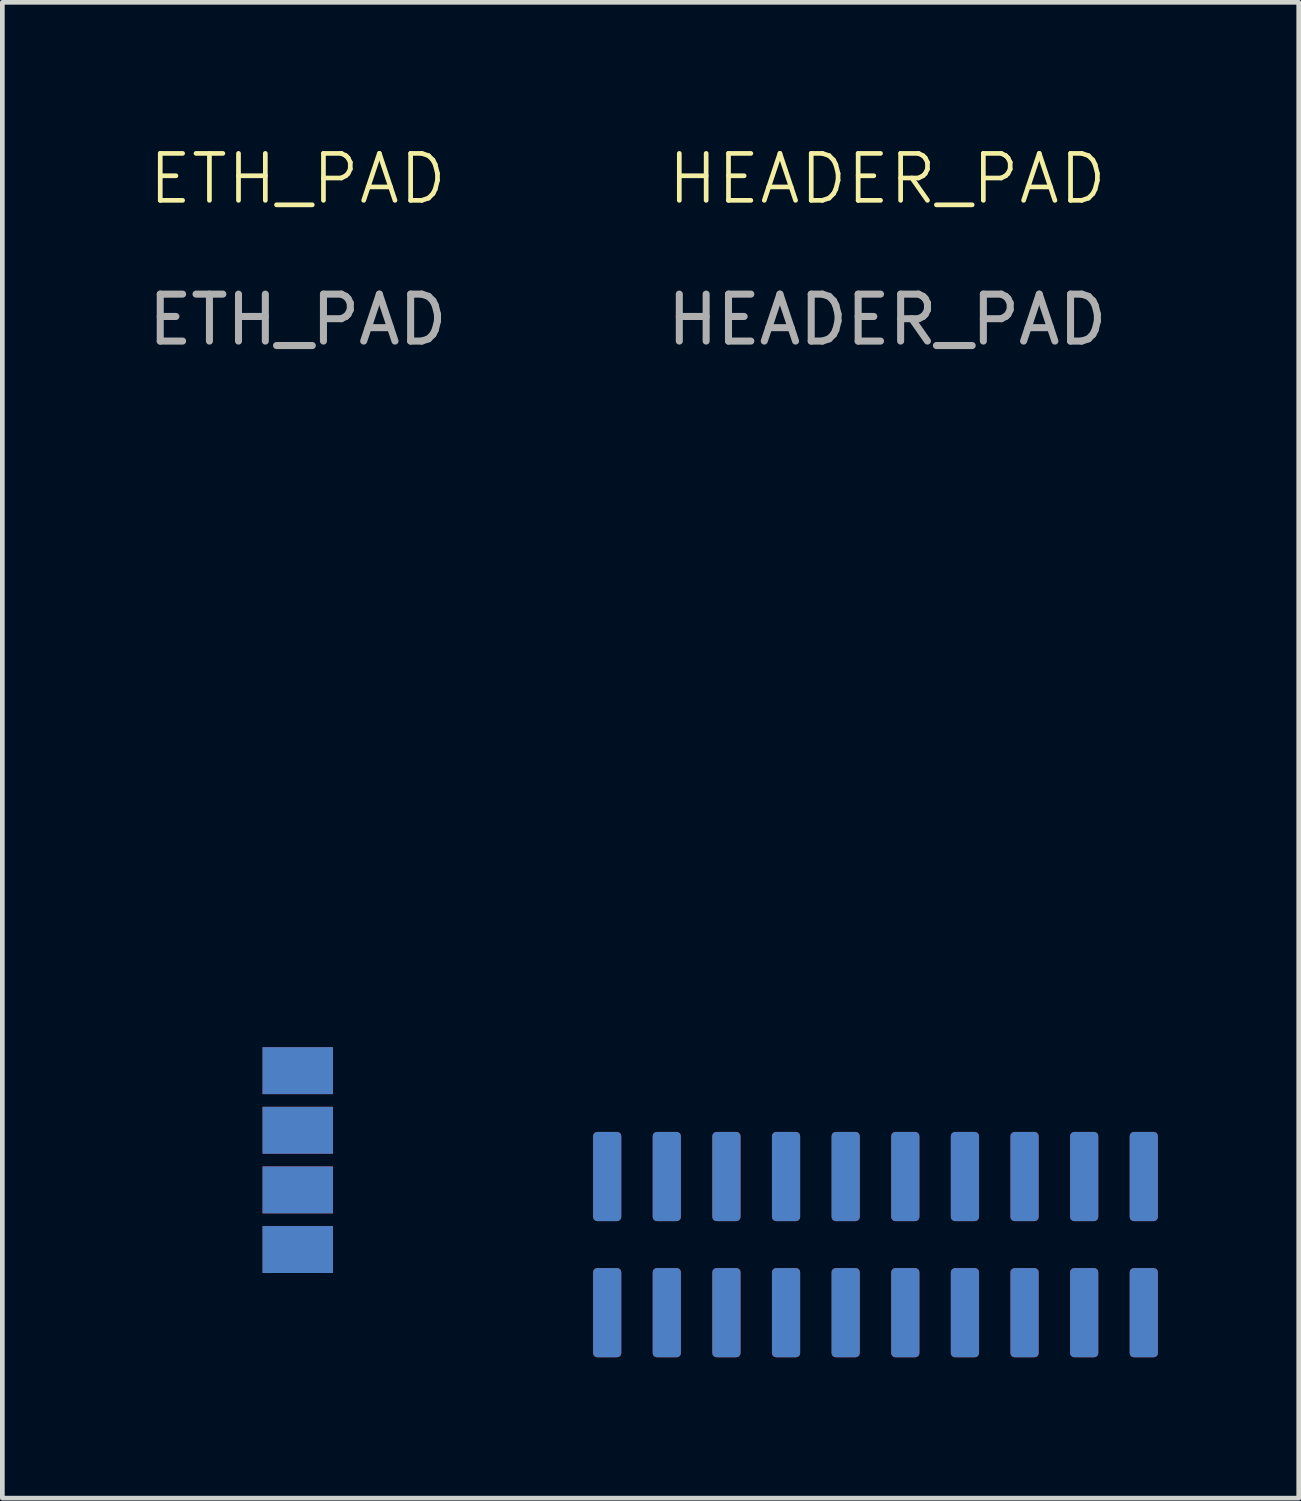
<source format=kicad_pcb>
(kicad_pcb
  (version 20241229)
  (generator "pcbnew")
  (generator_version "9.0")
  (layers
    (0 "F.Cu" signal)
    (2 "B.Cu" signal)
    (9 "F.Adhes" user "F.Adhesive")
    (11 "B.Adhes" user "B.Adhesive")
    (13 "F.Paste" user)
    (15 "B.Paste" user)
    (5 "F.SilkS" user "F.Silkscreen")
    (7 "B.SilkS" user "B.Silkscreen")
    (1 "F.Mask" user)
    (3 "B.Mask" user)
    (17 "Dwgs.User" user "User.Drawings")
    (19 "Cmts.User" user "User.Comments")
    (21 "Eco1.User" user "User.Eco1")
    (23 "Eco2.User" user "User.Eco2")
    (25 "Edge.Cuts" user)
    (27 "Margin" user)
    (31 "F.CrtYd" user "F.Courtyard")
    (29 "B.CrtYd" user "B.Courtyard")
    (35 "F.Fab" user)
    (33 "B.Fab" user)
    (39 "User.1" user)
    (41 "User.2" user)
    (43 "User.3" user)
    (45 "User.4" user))
  (footprint "HEADER_PAD"
    (layer "F.Cu")
    (at 15.598 23.46)
    (property "Reference" "HEADER_PAD" (at 0.25 -22.7 0) (unlocked yes) (layer "F.SilkS") (effects (font (size 1 1) (thickness 0.1))))
    (attr smd)
    (fp_rect (start -5.99 -2.35) (end -5.44 -0.55) (stroke (width 0.01) (type solid)) (fill yes) (layer "F.Mask"))
    (fp_rect (start -5.99 0.55) (end -5.44 2.35) (stroke (width 0.01) (type solid)) (fill yes) (layer "F.Mask"))
    (fp_rect (start -4.72 -2.35) (end -4.17 -0.55) (stroke (width 0.01) (type solid)) (fill yes) (layer "F.Mask"))
    (fp_rect (start -4.72 0.55) (end -4.17 2.35) (stroke (width 0.01) (type solid)) (fill yes) (layer "F.Mask"))
    (fp_rect (start -3.45 -2.35) (end -2.9 -0.55) (stroke (width 0.01) (type solid)) (fill yes) (layer "F.Mask"))
    (fp_rect (start -3.45 0.55) (end -2.9 2.35) (stroke (width 0.01) (type solid)) (fill yes) (layer "F.Mask"))
    (fp_rect (start -2.18 -2.35) (end -1.63 -0.55) (stroke (width 0.01) (type solid)) (fill yes) (layer "F.Mask"))
    (fp_rect (start -2.18 0.55) (end -1.63 2.35) (stroke (width 0.01) (type solid)) (fill yes) (layer "F.Mask"))
    (fp_rect (start -0.91 -2.35) (end -0.36 -0.55) (stroke (width 0.01) (type solid)) (fill yes) (layer "F.Mask"))
    (fp_rect (start -0.91 0.55) (end -0.36 2.35) (stroke (width 0.01) (type solid)) (fill yes) (layer "F.Mask"))
    (fp_rect (start 0.36 -2.35) (end 0.91 -0.55) (stroke (width 0.01) (type solid)) (fill yes) (layer "F.Mask"))
    (fp_rect (start 0.36 0.55) (end 0.91 2.35) (stroke (width 0.01) (type solid)) (fill yes) (layer "F.Mask"))
    (fp_rect (start 1.63 -2.35) (end 2.18 -0.55) (stroke (width 0.01) (type solid)) (fill yes) (layer "F.Mask"))
    (fp_rect (start 1.63 0.55) (end 2.18 2.35) (stroke (width 0.01) (type solid)) (fill yes) (layer "F.Mask"))
    (fp_rect (start 2.9 -2.35) (end 3.45 -0.55) (stroke (width 0.01) (type solid)) (fill yes) (layer "F.Mask"))
    (fp_rect (start 2.9 0.55) (end 3.45 2.35) (stroke (width 0.01) (type solid)) (fill yes) (layer "F.Mask"))
    (fp_rect (start 4.17 -2.35) (end 4.72 -0.55) (stroke (width 0.01) (type solid)) (fill yes) (layer "F.Mask"))
    (fp_rect (start 4.17 0.55) (end 4.72 2.35) (stroke (width 0.01) (type solid)) (fill yes) (layer "F.Mask"))
    (fp_rect (start 5.44 -2.35) (end 5.99 -0.55) (stroke (width 0.01) (type solid)) (fill yes) (layer "F.Mask"))
    (fp_rect (start 5.44 0.55) (end 5.99 2.35) (stroke (width 0.01) (type solid)) (fill yes) (layer "F.Mask"))
    (fp_rect (start -5.99 -2.35) (end -5.44 -0.55) (stroke (width 0.01) (type solid)) (fill yes) (layer "B.Mask"))
    (fp_rect (start -5.99 0.55) (end -5.44 2.35) (stroke (width 0.01) (type solid)) (fill yes) (layer "B.Mask"))
    (fp_rect (start -4.72 -2.35) (end -4.17 -0.55) (stroke (width 0.01) (type solid)) (fill yes) (layer "B.Mask"))
    (fp_rect (start -4.72 0.55) (end -4.17 2.35) (stroke (width 0.01) (type solid)) (fill yes) (layer "B.Mask"))
    (fp_rect (start -3.45 -2.35) (end -2.9 -0.55) (stroke (width 0.01) (type solid)) (fill yes) (layer "B.Mask"))
    (fp_rect (start -3.45 0.55) (end -2.9 2.35) (stroke (width 0.01) (type solid)) (fill yes) (layer "B.Mask"))
    (fp_rect (start -2.18 -2.35) (end -1.63 -0.55) (stroke (width 0.01) (type solid)) (fill yes) (layer "B.Mask"))
    (fp_rect (start -2.18 0.55) (end -1.63 2.35) (stroke (width 0.01) (type solid)) (fill yes) (layer "B.Mask"))
    (fp_rect (start -0.91 -2.35) (end -0.36 -0.55) (stroke (width 0.01) (type solid)) (fill yes) (layer "B.Mask"))
    (fp_rect (start -0.91 0.55) (end -0.36 2.35) (stroke (width 0.01) (type solid)) (fill yes) (layer "B.Mask"))
    (fp_rect (start 0.36 -2.35) (end 0.91 -0.55) (stroke (width 0.01) (type solid)) (fill yes) (layer "B.Mask"))
    (fp_rect (start 0.36 0.55) (end 0.91 2.35) (stroke (width 0.01) (type solid)) (fill yes) (layer "B.Mask"))
    (fp_rect (start 1.63 -2.35) (end 2.18 -0.55) (stroke (width 0.01) (type solid)) (fill yes) (layer "B.Mask"))
    (fp_rect (start 1.63 0.55) (end 2.18 2.35) (stroke (width 0.01) (type solid)) (fill yes) (layer "B.Mask"))
    (fp_rect (start 2.9 -2.35) (end 3.45 -0.55) (stroke (width 0.01) (type solid)) (fill yes) (layer "B.Mask"))
    (fp_rect (start 2.9 0.55) (end 3.45 2.35) (stroke (width 0.01) (type solid)) (fill yes) (layer "B.Mask"))
    (fp_rect (start 4.17 -2.35) (end 4.72 -0.55) (stroke (width 0.01) (type solid)) (fill yes) (layer "B.Mask"))
    (fp_rect (start 4.17 0.55) (end 4.72 2.35) (stroke (width 0.01) (type solid)) (fill yes) (layer "B.Mask"))
    (fp_rect (start 5.44 -2.35) (end 5.99 -0.55) (stroke (width 0.01) (type solid)) (fill yes) (layer "B.Mask"))
    (fp_rect (start 5.44 0.55) (end 5.99 2.35) (stroke (width 0.01) (type solid)) (fill yes) (layer "B.Mask"))
    (fp_text user "${REFERENCE}" (at 0.25 -19.7 0) (unlocked yes) (layer "F.Fab") (effects (font (size 1 1) (thickness 0.15))))
    (pad "1" smd roundrect (at -5.715 1.45) (size 0.6 1.9) (layers "F.Cu" "F.Paste") (roundrect_rratio 0.15))
    (pad "1" smd roundrect (at -5.715 1.45) (size 0.6 1.9) (layers "B.Cu" "B.Paste") (roundrect_rratio 0.15))
    (pad "2" smd roundrect (at -5.715 -1.45) (size 0.6 1.9) (layers "F.Cu" "F.Paste") (roundrect_rratio 0.15))
    (pad "2" smd roundrect (at -5.715 -1.45) (size 0.6 1.9) (layers "B.Cu" "B.Paste") (roundrect_rratio 0.15))
    (pad "3" smd roundrect (at -4.445 1.45) (size 0.6 1.9) (layers "F.Cu" "F.Paste") (roundrect_rratio 0.15))
    (pad "3" smd roundrect (at -4.445 1.45) (size 0.6 1.9) (layers "B.Cu" "B.Paste") (roundrect_rratio 0.15))
    (pad "4" smd roundrect (at -4.445 -1.45) (size 0.6 1.9) (layers "F.Cu" "F.Paste") (roundrect_rratio 0.15))
    (pad "4" smd roundrect (at -4.445 -1.45) (size 0.6 1.9) (layers "B.Cu" "B.Paste") (roundrect_rratio 0.15))
    (pad "5" smd roundrect (at -3.175 1.45) (size 0.6 1.9) (layers "F.Cu" "F.Paste") (roundrect_rratio 0.15))
    (pad "5" smd roundrect (at -3.175 1.45) (size 0.6 1.9) (layers "B.Cu" "B.Paste") (roundrect_rratio 0.15))
    (pad "6" smd roundrect (at -3.175 -1.45) (size 0.6 1.9) (layers "F.Cu" "F.Paste") (roundrect_rratio 0.15))
    (pad "6" smd roundrect (at -3.175 -1.45) (size 0.6 1.9) (layers "B.Cu" "B.Paste") (roundrect_rratio 0.15))
    (pad "7" smd roundrect (at -1.905 1.45) (size 0.6 1.9) (layers "F.Cu" "F.Paste") (roundrect_rratio 0.15))
    (pad "7" smd roundrect (at -1.905 1.45) (size 0.6 1.9) (layers "B.Cu" "B.Paste") (roundrect_rratio 0.15))
    (pad "8" smd roundrect (at -1.905 -1.45) (size 0.6 1.9) (layers "F.Cu" "F.Paste") (roundrect_rratio 0.15))
    (pad "8" smd roundrect (at -1.905 -1.45) (size 0.6 1.9) (layers "B.Cu" "B.Paste") (roundrect_rratio 0.15))
    (pad "9" smd roundrect (at -0.635 1.45) (size 0.6 1.9) (layers "F.Cu" "F.Paste") (roundrect_rratio 0.15))
    (pad "9" smd roundrect (at -0.635 1.45) (size 0.6 1.9) (layers "B.Cu" "B.Paste") (roundrect_rratio 0.15))
    (pad "10" smd roundrect (at -0.635 -1.45) (size 0.6 1.9) (layers "F.Cu" "F.Paste") (roundrect_rratio 0.15))
    (pad "10" smd roundrect (at -0.635 -1.45) (size 0.6 1.9) (layers "B.Cu" "B.Paste") (roundrect_rratio 0.15))
    (pad "11" smd roundrect (at 0.635 1.45) (size 0.6 1.9) (layers "F.Cu" "F.Paste") (roundrect_rratio 0.15))
    (pad "11" smd roundrect (at 0.635 1.45) (size 0.6 1.9) (layers "B.Cu" "B.Paste") (roundrect_rratio 0.15))
    (pad "12" smd roundrect (at 0.635 -1.45) (size 0.6 1.9) (layers "F.Cu" "F.Paste") (roundrect_rratio 0.15))
    (pad "12" smd roundrect (at 0.635 -1.45) (size 0.6 1.9) (layers "B.Cu" "B.Paste") (roundrect_rratio 0.15))
    (pad "13" smd roundrect (at 1.905 1.45) (size 0.6 1.9) (layers "F.Cu" "F.Paste") (roundrect_rratio 0.15))
    (pad "13" smd roundrect (at 1.905 1.45) (size 0.6 1.9) (layers "B.Cu" "B.Paste") (roundrect_rratio 0.15))
    (pad "14" smd roundrect (at 1.905 -1.45) (size 0.6 1.9) (layers "F.Cu" "F.Paste") (roundrect_rratio 0.15))
    (pad "14" smd roundrect (at 1.905 -1.45) (size 0.6 1.9) (layers "B.Cu" "B.Paste") (roundrect_rratio 0.15))
    (pad "15" smd roundrect (at 3.175 1.45) (size 0.6 1.9) (layers "F.Cu" "F.Paste") (roundrect_rratio 0.15))
    (pad "15" smd roundrect (at 3.175 1.45) (size 0.6 1.9) (layers "B.Cu" "B.Paste") (roundrect_rratio 0.15))
    (pad "16" smd roundrect (at 3.175 -1.45) (size 0.6 1.9) (layers "F.Cu" "F.Paste") (roundrect_rratio 0.15))
    (pad "16" smd roundrect (at 3.175 -1.45) (size 0.6 1.9) (layers "B.Cu" "B.Paste") (roundrect_rratio 0.15))
    (pad "17" smd roundrect (at 4.445 1.45) (size 0.6 1.9) (layers "F.Cu" "F.Paste") (roundrect_rratio 0.15))
    (pad "17" smd roundrect (at 4.445 1.45) (size 0.6 1.9) (layers "B.Cu" "B.Paste") (roundrect_rratio 0.15))
    (pad "18" smd roundrect (at 4.445 -1.45) (size 0.6 1.9) (layers "F.Cu" "F.Paste") (roundrect_rratio 0.15))
    (pad "18" smd roundrect (at 4.445 -1.45) (size 0.6 1.9) (layers "B.Cu" "B.Paste") (roundrect_rratio 0.15))
    (pad "19" smd roundrect (at 5.715 1.45) (size 0.6 1.9) (layers "F.Cu" "F.Paste") (roundrect_rratio 0.15))
    (pad "19" smd roundrect (at 5.715 1.45) (size 0.6 1.9) (layers "B.Cu" "B.Paste") (roundrect_rratio 0.15))
    (pad "20" smd roundrect (at 5.715 -1.45) (size 0.6 1.9) (layers "F.Cu" "F.Paste") (roundrect_rratio 0.15))
    (pad "20" smd roundrect (at 5.715 -1.45) (size 0.6 1.9) (layers "B.Cu" "B.Paste") (roundrect_rratio 0.15)))
  (footprint "ETH_PAD"
    (layer "F.Cu")
    (at 3.292 21.66)
    (property "Reference" "ETH_PAD" (at 0 -20.9 0) (unlocked yes) (layer "F.SilkS") (effects (font (size 1 1) (thickness 0.1))))
    (attr smd)
    (fp_rect (start -0.6 -2.45) (end 0.8 2.45) (stroke (width 0.01) (type default)) (fill yes) (layer "F.Mask"))
    (fp_rect (start -0.6 -2.45) (end 0.8 2.45) (stroke (width 0.01) (type solid)) (fill yes) (layer "B.Mask"))
    (fp_text user "${REFERENCE}" (at 0 -17.9 0) (unlocked yes) (layer "F.Fab") (effects (font (size 1 1) (thickness 0.15))))
    (pad "1" smd rect (at 0 1.905) (size 1.5 1) (layers "F.Cu" "F.Paste"))
    (pad "1" smd rect (at 0 1.905) (size 1.5 1) (layers "B.Cu" "B.Paste"))
    (pad "2" smd rect (at 0 0.635) (size 1.5 1) (layers "F.Cu" "F.Paste"))
    (pad "2" smd rect (at 0 0.635) (size 1.5 1) (layers "B.Cu" "B.Paste"))
    (pad "3" smd rect (at 0 -0.635) (size 1.5 1) (layers "F.Cu" "F.Paste"))
    (pad "3" smd rect (at 0 -0.635) (size 1.5 1) (layers "B.Cu" "B.Paste"))
    (pad "4" smd rect (at 0 -1.905) (size 1.5 1) (layers "F.Cu" "F.Paste"))
    (pad "4" smd rect (at 0 -1.905) (size 1.5 1) (layers "B.Cu" "B.Paste")))
  (gr_rect
    (start -3 -3)
    (end 24.613 28.86)
    (stroke (width 0.1) (type default))
    (fill no)
    (layer "Edge.Cuts")))
</source>
